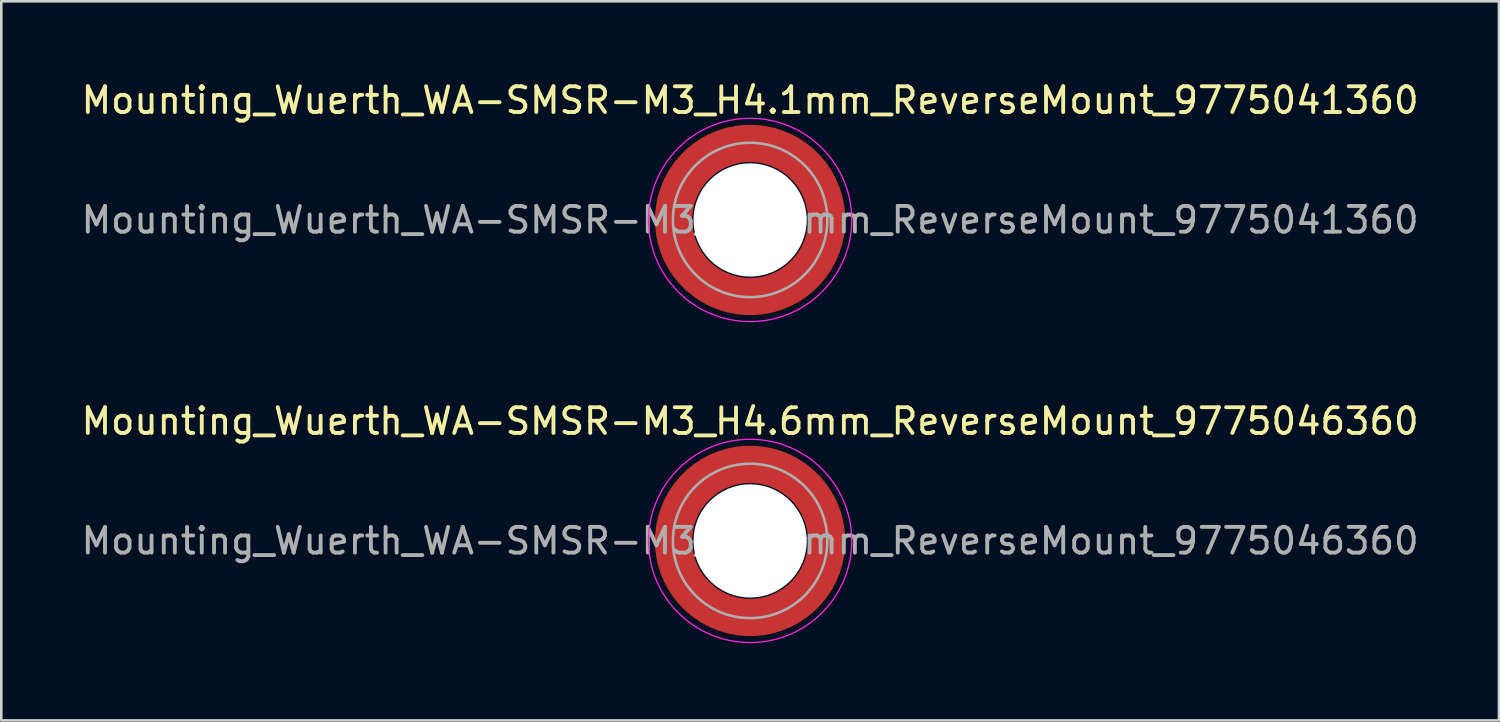
<source format=kicad_pcb>
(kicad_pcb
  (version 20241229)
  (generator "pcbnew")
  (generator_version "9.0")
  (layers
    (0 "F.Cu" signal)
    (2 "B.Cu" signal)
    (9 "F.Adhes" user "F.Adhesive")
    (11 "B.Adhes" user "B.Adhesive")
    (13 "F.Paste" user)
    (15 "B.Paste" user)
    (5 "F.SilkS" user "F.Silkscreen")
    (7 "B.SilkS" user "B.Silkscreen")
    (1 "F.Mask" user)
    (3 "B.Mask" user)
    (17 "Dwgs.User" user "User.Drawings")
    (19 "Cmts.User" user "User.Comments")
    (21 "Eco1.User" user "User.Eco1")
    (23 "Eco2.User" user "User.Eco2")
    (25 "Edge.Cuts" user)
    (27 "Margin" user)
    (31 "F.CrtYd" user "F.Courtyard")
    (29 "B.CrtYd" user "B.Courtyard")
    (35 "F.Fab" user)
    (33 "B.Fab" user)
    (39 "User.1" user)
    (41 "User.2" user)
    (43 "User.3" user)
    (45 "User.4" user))
  (footprint "Mounting_Wuerth_WA-SMSR-M3_H4.1mm_ReverseMount_9775041360"
    (layer "F.Cu")
    (at 26.101 5.498)
    (property "Reference" "Mounting_Wuerth_WA-SMSR-M3_H4.1mm_ReverseMount_9775041360" (at 0 -4.65 0) (layer "F.SilkS") (effects (font (size 1 1) (thickness 0.15))))
    (attr smd allow_soldermask_bridges)
    (fp_circle (center 0 0) (end 3.95 0) (stroke (width 0.05) (type solid)) (fill no) (layer "F.CrtYd"))
    (fp_circle (center 0 0) (end 3 0) (stroke (width 0.1) (type solid)) (fill no) (layer "F.Fab"))
    (fp_text user "${REFERENCE}" (at 0 0 0) (layer "F.Fab") (effects (font (size 1 1) (thickness 0.15))))
    (pad "" smd custom (at -2.095 -2.095) (size 0.672 0.672) (layers "F.Paste") (options (anchor circle)) (primitives (gr_arc (start -0.24231 1.594804) (mid 0.404819 0.404819) (end 1.594804 -0.24231) (width 0.2)) (gr_arc (start -0.3398 1.594804) (mid 0.337349 0.337349) (end 1.594804 -0.3398) (width 0.2)) (gr_arc (start -0.437132 1.594804) (mid 0.269879 0.269879) (end 1.594804 -0.437132) (width 0.2)) (gr_arc (start -0.534324 1.594804) (mid 0.202409 0.202409) (end 1.594804 -0.534324) (width 0.2)) (gr_arc (start -0.631391 1.594804) (mid 0.13494 0.13494) (end 1.594804 -0.631391) (width 0.2)) (gr_arc (start -0.728345 1.594804) (mid 0.06747 0.06747) (end 1.594804 -0.728345) (width 0.2)) (gr_arc (start -0.825197 1.594804) (mid 0 0) (end 1.594804 -0.825197) (width 0.2)) (gr_arc (start -0.921958 1.594804) (mid -0.06747 -0.06747) (end 1.594804 -0.921958) (width 0.2)) (gr_arc (start -1.018637 1.594804) (mid -0.13494 -0.13494) (end 1.594804 -1.018637) (width 0.2)) (gr_arc (start -1.115239 1.594804) (mid -0.202409 -0.202409) (end 1.594804 -1.115239) (width 0.2)) (gr_arc (start -1.211773 1.594804) (mid -0.269879 -0.269879) (end 1.594804 -1.211773) (width 0.2)) (gr_arc (start -1.308244 1.594804) (mid -0.337349 -0.337349) (end 1.594804 -1.308244) (width 0.2)) (gr_arc (start -1.404657 1.594804) (mid -0.404819 -0.404819) (end 1.594804 -1.404657) (width 0.2)) (gr_arc (start -1.404657 1.594804) (mid -0.404819 -0.404819) (end 1.594804 -1.404657) (width 0.2)) (gr_line (start 1.595 -0.242) (end 1.595 -1.405) (width 0.2)) (gr_line (start -0.242 1.595) (end -1.405 1.595) (width 0.2))))
    (pad "" smd custom (at -2.095 2.095) (size 0.672 0.672) (layers "F.Paste") (options (anchor circle)) (primitives (gr_arc (start 1.594804 0.24231) (mid 0.404819 -0.404819) (end -0.24231 -1.594804) (width 0.2)) (gr_arc (start 1.594804 0.3398) (mid 0.337349 -0.337349) (end -0.3398 -1.594804) (width 0.2)) (gr_arc (start 1.594804 0.437132) (mid 0.269879 -0.269879) (end -0.437132 -1.594804) (width 0.2)) (gr_arc (start 1.594804 0.534324) (mid 0.202409 -0.202409) (end -0.534324 -1.594804) (width 0.2)) (gr_arc (start 1.594804 0.631391) (mid 0.13494 -0.13494) (end -0.631391 -1.594804) (width 0.2)) (gr_arc (start 1.594804 0.728345) (mid 0.06747 -0.06747) (end -0.728345 -1.594804) (width 0.2)) (gr_arc (start 1.594804 0.825197) (mid 0 0) (end -0.825197 -1.594804) (width 0.2)) (gr_arc (start 1.594804 0.921958) (mid -0.06747 0.06747) (end -0.921958 -1.594804) (width 0.2)) (gr_arc (start 1.594804 1.018637) (mid -0.13494 0.13494) (end -1.018637 -1.594804) (width 0.2)) (gr_arc (start 1.594804 1.115239) (mid -0.202409 0.202409) (end -1.115239 -1.594804) (width 0.2)) (gr_arc (start 1.594804 1.211773) (mid -0.269879 0.269879) (end -1.211773 -1.594804) (width 0.2)) (gr_arc (start 1.594804 1.308244) (mid -0.337349 0.337349) (end -1.308244 -1.594804) (width 0.2)) (gr_arc (start 1.594804 1.404657) (mid -0.404819 0.404819) (end -1.404657 -1.594804) (width 0.2)) (gr_arc (start 1.594804 1.404657) (mid -0.404819 0.404819) (end -1.404657 -1.594804) (width 0.2)) (gr_line (start -0.242 -1.595) (end -1.405 -1.595) (width 0.2)) (gr_line (start 1.595 0.242) (end 1.595 1.405) (width 0.2))))
    (pad "" np_thru_hole circle (at 0 0) (size 4.4 4.4) (drill 4.4) (layers "*.Cu" "*.Mask"))
    (pad "" smd custom (at 2.095 -2.095) (size 0.672 0.672) (layers "F.Paste") (options (anchor circle)) (primitives (gr_arc (start -1.594804 -0.24231) (mid -0.404819 0.404819) (end 0.24231 1.594804) (width 0.2)) (gr_arc (start -1.594804 -0.3398) (mid -0.337349 0.337349) (end 0.3398 1.594804) (width 0.2)) (gr_arc (start -1.594804 -0.437132) (mid -0.269879 0.269879) (end 0.437132 1.594804) (width 0.2)) (gr_arc (start -1.594804 -0.534324) (mid -0.202409 0.202409) (end 0.534324 1.594804) (width 0.2)) (gr_arc (start -1.594804 -0.631391) (mid -0.13494 0.13494) (end 0.631391 1.594804) (width 0.2)) (gr_arc (start -1.594804 -0.728345) (mid -0.06747 0.06747) (end 0.728345 1.594804) (width 0.2)) (gr_arc (start -1.594804 -0.825197) (mid 0 0) (end 0.825197 1.594804) (width 0.2)) (gr_arc (start -1.594804 -0.921958) (mid 0.06747 -0.06747) (end 0.921958 1.594804) (width 0.2)) (gr_arc (start -1.594804 -1.018637) (mid 0.13494 -0.13494) (end 1.018637 1.594804) (width 0.2)) (gr_arc (start -1.594804 -1.115239) (mid 0.202409 -0.202409) (end 1.115239 1.594804) (width 0.2)) (gr_arc (start -1.594804 -1.211773) (mid 0.269879 -0.269879) (end 1.211773 1.594804) (width 0.2)) (gr_arc (start -1.594804 -1.308244) (mid 0.337349 -0.337349) (end 1.308244 1.594804) (width 0.2)) (gr_arc (start -1.594804 -1.404657) (mid 0.404819 -0.404819) (end 1.404657 1.594804) (width 0.2)) (gr_arc (start -1.594804 -1.404657) (mid 0.404819 -0.404819) (end 1.404657 1.594804) (width 0.2)) (gr_line (start 0.242 1.595) (end 1.405 1.595) (width 0.2)) (gr_line (start -1.595 -0.242) (end -1.595 -1.405) (width 0.2))))
    (pad "" smd custom (at 2.095 2.095) (size 0.672 0.672) (layers "F.Paste") (options (anchor circle)) (primitives (gr_arc (start 0.24231 -1.594804) (mid -0.404819 -0.404819) (end -1.594804 0.24231) (width 0.2)) (gr_arc (start 0.3398 -1.594804) (mid -0.337349 -0.337349) (end -1.594804 0.3398) (width 0.2)) (gr_arc (start 0.437132 -1.594804) (mid -0.269879 -0.269879) (end -1.594804 0.437132) (width 0.2)) (gr_arc (start 0.534324 -1.594804) (mid -0.202409 -0.202409) (end -1.594804 0.534324) (width 0.2)) (gr_arc (start 0.631391 -1.594804) (mid -0.13494 -0.13494) (end -1.594804 0.631391) (width 0.2)) (gr_arc (start 0.728345 -1.594804) (mid -0.06747 -0.06747) (end -1.594804 0.728345) (width 0.2)) (gr_arc (start 0.825197 -1.594804) (mid 0 0) (end -1.594804 0.825197) (width 0.2)) (gr_arc (start 0.921958 -1.594804) (mid 0.06747 0.06747) (end -1.594804 0.921958) (width 0.2)) (gr_arc (start 1.018637 -1.594804) (mid 0.13494 0.13494) (end -1.594804 1.018637) (width 0.2)) (gr_arc (start 1.115239 -1.594804) (mid 0.202409 0.202409) (end -1.594804 1.115239) (width 0.2)) (gr_arc (start 1.211773 -1.594804) (mid 0.269879 0.269879) (end -1.594804 1.211773) (width 0.2)) (gr_arc (start 1.308244 -1.594804) (mid 0.337349 0.337349) (end -1.594804 1.308244) (width 0.2)) (gr_arc (start 1.404657 -1.594804) (mid 0.404819 0.404819) (end -1.594804 1.404657) (width 0.2)) (gr_arc (start 1.404657 -1.594804) (mid 0.404819 0.404819) (end -1.594804 1.404657) (width 0.2)) (gr_line (start -1.595 0.242) (end -1.595 1.405) (width 0.2)) (gr_line (start 0.242 -1.595) (end 1.405 -1.595) (width 0.2))))
    (pad "1" smd circle (at -2.975 0) (size 0.942 0.942) (layers "F.Cu"))
    (pad "1" smd circle (at 0 -2.975) (size 0.942 0.942) (layers "F.Cu"))
    (pad "1" smd circle (at 0 2.975) (size 0.942 0.942) (layers "F.Cu"))
    (pad "1" smd custom (at 2.975 0) (size 1.45 1.45) (layers "F.Cu" "F.Mask") (options (anchor circle)) (primitives (gr_circle (center -2.975 0) (end 0 0) (width 1.45) (fill no)))))
  (footprint "Mounting_Wuerth_WA-SMSR-M3_H4.6mm_ReverseMount_9775046360"
    (layer "F.Cu")
    (at 26.101 17.971)
    (property "Reference" "Mounting_Wuerth_WA-SMSR-M3_H4.6mm_ReverseMount_9775046360" (at 0 -4.65 0) (layer "F.SilkS") (effects (font (size 1 1) (thickness 0.15))))
    (attr smd allow_soldermask_bridges)
    (fp_circle (center 0 0) (end 3.95 0) (stroke (width 0.05) (type solid)) (fill no) (layer "F.CrtYd"))
    (fp_circle (center 0 0) (end 3 0) (stroke (width 0.1) (type solid)) (fill no) (layer "F.Fab"))
    (fp_text user "${REFERENCE}" (at 0 0 0) (layer "F.Fab") (effects (font (size 1 1) (thickness 0.15))))
    (pad "" smd custom (at -2.095 -2.095) (size 0.672 0.672) (layers "F.Paste") (options (anchor circle)) (primitives (gr_arc (start -0.24231 1.594804) (mid 0.404819 0.404819) (end 1.594804 -0.24231) (width 0.2)) (gr_arc (start -0.3398 1.594804) (mid 0.337349 0.337349) (end 1.594804 -0.3398) (width 0.2)) (gr_arc (start -0.437132 1.594804) (mid 0.269879 0.269879) (end 1.594804 -0.437132) (width 0.2)) (gr_arc (start -0.534324 1.594804) (mid 0.202409 0.202409) (end 1.594804 -0.534324) (width 0.2)) (gr_arc (start -0.631391 1.594804) (mid 0.13494 0.13494) (end 1.594804 -0.631391) (width 0.2)) (gr_arc (start -0.728345 1.594804) (mid 0.06747 0.06747) (end 1.594804 -0.728345) (width 0.2)) (gr_arc (start -0.825197 1.594804) (mid 0 0) (end 1.594804 -0.825197) (width 0.2)) (gr_arc (start -0.921958 1.594804) (mid -0.06747 -0.06747) (end 1.594804 -0.921958) (width 0.2)) (gr_arc (start -1.018637 1.594804) (mid -0.13494 -0.13494) (end 1.594804 -1.018637) (width 0.2)) (gr_arc (start -1.115239 1.594804) (mid -0.202409 -0.202409) (end 1.594804 -1.115239) (width 0.2)) (gr_arc (start -1.211773 1.594804) (mid -0.269879 -0.269879) (end 1.594804 -1.211773) (width 0.2)) (gr_arc (start -1.308244 1.594804) (mid -0.337349 -0.337349) (end 1.594804 -1.308244) (width 0.2)) (gr_arc (start -1.404657 1.594804) (mid -0.404819 -0.404819) (end 1.594804 -1.404657) (width 0.2)) (gr_arc (start -1.404657 1.594804) (mid -0.404819 -0.404819) (end 1.594804 -1.404657) (width 0.2)) (gr_line (start 1.595 -0.242) (end 1.595 -1.405) (width 0.2)) (gr_line (start -0.242 1.595) (end -1.405 1.595) (width 0.2))))
    (pad "" smd custom (at -2.095 2.095) (size 0.672 0.672) (layers "F.Paste") (options (anchor circle)) (primitives (gr_arc (start 1.594804 0.24231) (mid 0.404819 -0.404819) (end -0.24231 -1.594804) (width 0.2)) (gr_arc (start 1.594804 0.3398) (mid 0.337349 -0.337349) (end -0.3398 -1.594804) (width 0.2)) (gr_arc (start 1.594804 0.437132) (mid 0.269879 -0.269879) (end -0.437132 -1.594804) (width 0.2)) (gr_arc (start 1.594804 0.534324) (mid 0.202409 -0.202409) (end -0.534324 -1.594804) (width 0.2)) (gr_arc (start 1.594804 0.631391) (mid 0.13494 -0.13494) (end -0.631391 -1.594804) (width 0.2)) (gr_arc (start 1.594804 0.728345) (mid 0.06747 -0.06747) (end -0.728345 -1.594804) (width 0.2)) (gr_arc (start 1.594804 0.825197) (mid 0 0) (end -0.825197 -1.594804) (width 0.2)) (gr_arc (start 1.594804 0.921958) (mid -0.06747 0.06747) (end -0.921958 -1.594804) (width 0.2)) (gr_arc (start 1.594804 1.018637) (mid -0.13494 0.13494) (end -1.018637 -1.594804) (width 0.2)) (gr_arc (start 1.594804 1.115239) (mid -0.202409 0.202409) (end -1.115239 -1.594804) (width 0.2)) (gr_arc (start 1.594804 1.211773) (mid -0.269879 0.269879) (end -1.211773 -1.594804) (width 0.2)) (gr_arc (start 1.594804 1.308244) (mid -0.337349 0.337349) (end -1.308244 -1.594804) (width 0.2)) (gr_arc (start 1.594804 1.404657) (mid -0.404819 0.404819) (end -1.404657 -1.594804) (width 0.2)) (gr_arc (start 1.594804 1.404657) (mid -0.404819 0.404819) (end -1.404657 -1.594804) (width 0.2)) (gr_line (start -0.242 -1.595) (end -1.405 -1.595) (width 0.2)) (gr_line (start 1.595 0.242) (end 1.595 1.405) (width 0.2))))
    (pad "" np_thru_hole circle (at 0 0) (size 4.4 4.4) (drill 4.4) (layers "*.Cu" "*.Mask"))
    (pad "" smd custom (at 2.095 -2.095) (size 0.672 0.672) (layers "F.Paste") (options (anchor circle)) (primitives (gr_arc (start -1.594804 -0.24231) (mid -0.404819 0.404819) (end 0.24231 1.594804) (width 0.2)) (gr_arc (start -1.594804 -0.3398) (mid -0.337349 0.337349) (end 0.3398 1.594804) (width 0.2)) (gr_arc (start -1.594804 -0.437132) (mid -0.269879 0.269879) (end 0.437132 1.594804) (width 0.2)) (gr_arc (start -1.594804 -0.534324) (mid -0.202409 0.202409) (end 0.534324 1.594804) (width 0.2)) (gr_arc (start -1.594804 -0.631391) (mid -0.13494 0.13494) (end 0.631391 1.594804) (width 0.2)) (gr_arc (start -1.594804 -0.728345) (mid -0.06747 0.06747) (end 0.728345 1.594804) (width 0.2)) (gr_arc (start -1.594804 -0.825197) (mid 0 0) (end 0.825197 1.594804) (width 0.2)) (gr_arc (start -1.594804 -0.921958) (mid 0.06747 -0.06747) (end 0.921958 1.594804) (width 0.2)) (gr_arc (start -1.594804 -1.018637) (mid 0.13494 -0.13494) (end 1.018637 1.594804) (width 0.2)) (gr_arc (start -1.594804 -1.115239) (mid 0.202409 -0.202409) (end 1.115239 1.594804) (width 0.2)) (gr_arc (start -1.594804 -1.211773) (mid 0.269879 -0.269879) (end 1.211773 1.594804) (width 0.2)) (gr_arc (start -1.594804 -1.308244) (mid 0.337349 -0.337349) (end 1.308244 1.594804) (width 0.2)) (gr_arc (start -1.594804 -1.404657) (mid 0.404819 -0.404819) (end 1.404657 1.594804) (width 0.2)) (gr_arc (start -1.594804 -1.404657) (mid 0.404819 -0.404819) (end 1.404657 1.594804) (width 0.2)) (gr_line (start 0.242 1.595) (end 1.405 1.595) (width 0.2)) (gr_line (start -1.595 -0.242) (end -1.595 -1.405) (width 0.2))))
    (pad "" smd custom (at 2.095 2.095) (size 0.672 0.672) (layers "F.Paste") (options (anchor circle)) (primitives (gr_arc (start 0.24231 -1.594804) (mid -0.404819 -0.404819) (end -1.594804 0.24231) (width 0.2)) (gr_arc (start 0.3398 -1.594804) (mid -0.337349 -0.337349) (end -1.594804 0.3398) (width 0.2)) (gr_arc (start 0.437132 -1.594804) (mid -0.269879 -0.269879) (end -1.594804 0.437132) (width 0.2)) (gr_arc (start 0.534324 -1.594804) (mid -0.202409 -0.202409) (end -1.594804 0.534324) (width 0.2)) (gr_arc (start 0.631391 -1.594804) (mid -0.13494 -0.13494) (end -1.594804 0.631391) (width 0.2)) (gr_arc (start 0.728345 -1.594804) (mid -0.06747 -0.06747) (end -1.594804 0.728345) (width 0.2)) (gr_arc (start 0.825197 -1.594804) (mid 0 0) (end -1.594804 0.825197) (width 0.2)) (gr_arc (start 0.921958 -1.594804) (mid 0.06747 0.06747) (end -1.594804 0.921958) (width 0.2)) (gr_arc (start 1.018637 -1.594804) (mid 0.13494 0.13494) (end -1.594804 1.018637) (width 0.2)) (gr_arc (start 1.115239 -1.594804) (mid 0.202409 0.202409) (end -1.594804 1.115239) (width 0.2)) (gr_arc (start 1.211773 -1.594804) (mid 0.269879 0.269879) (end -1.594804 1.211773) (width 0.2)) (gr_arc (start 1.308244 -1.594804) (mid 0.337349 0.337349) (end -1.594804 1.308244) (width 0.2)) (gr_arc (start 1.404657 -1.594804) (mid 0.404819 0.404819) (end -1.594804 1.404657) (width 0.2)) (gr_arc (start 1.404657 -1.594804) (mid 0.404819 0.404819) (end -1.594804 1.404657) (width 0.2)) (gr_line (start -1.595 0.242) (end -1.595 1.405) (width 0.2)) (gr_line (start 0.242 -1.595) (end 1.405 -1.595) (width 0.2))))
    (pad "1" smd circle (at -2.975 0) (size 0.942 0.942) (layers "F.Cu"))
    (pad "1" smd circle (at 0 -2.975) (size 0.942 0.942) (layers "F.Cu"))
    (pad "1" smd circle (at 0 2.975) (size 0.942 0.942) (layers "F.Cu"))
    (pad "1" smd custom (at 2.975 0) (size 1.45 1.45) (layers "F.Cu" "F.Mask") (options (anchor circle)) (primitives (gr_circle (center -2.975 0) (end 0 0) (width 1.45) (fill no)))))
  (gr_rect
    (start -3 -3)
    (end 55.202 24.947)
    (stroke (width 0.1) (type default))
    (fill no)
    (layer "Edge.Cuts")))
</source>
